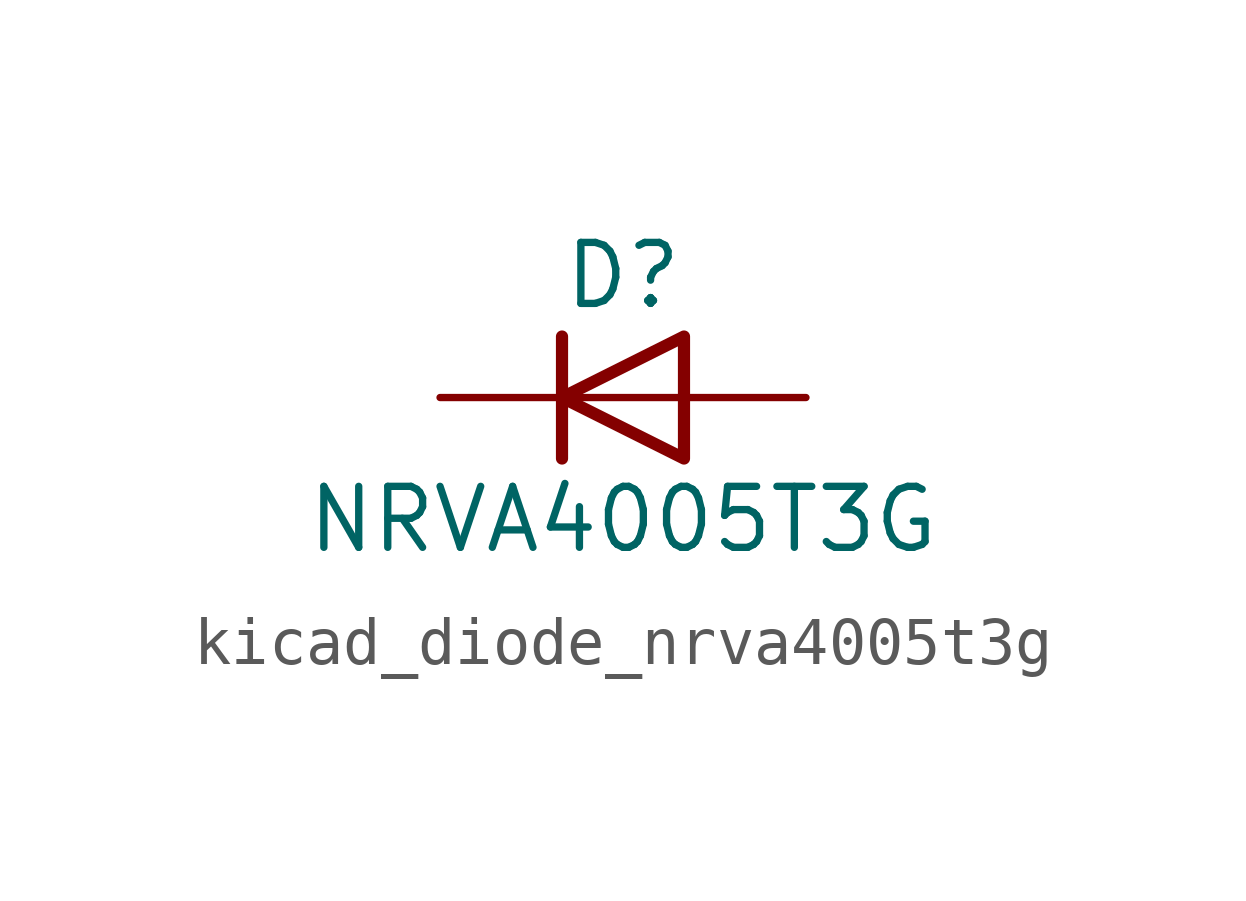
<source format=kicad_sym>
(kicad_symbol_lib
  (version 20220914)
  (generator kicad_symbol_editor)
  (symbol "kicad_diode_nrva4005t3g"
    (pin_numbers hide)
    (pin_names hide)
    (property "Reference" "D"
      (at 0 2.54 0)
      (effects (font (size 1.27 1.27))))
    (property "Value" "NRVA4005T3G"
      (at 0 -2.54 0)
      (effects (font (size 1.27 1.27))))
    (symbol "kicad_diode_nrva4005t3g_0_1"
      (polyline (pts (xy -1.27 1.27) (xy -1.27 -1.27)) (stroke (width 0.254) (type default)) (fill (type none)))
      (polyline (pts (xy 1.27 0) (xy -1.27 0)) (stroke (width 0) (type default)) (fill (type none)))
      (polyline (pts (xy 1.27 1.27) (xy 1.27 -1.27) (xy -1.27 0) (xy 1.27 1.27)) (stroke (width 0.254) (type default)) (fill (type none))))
    (symbol "kicad_diode_nrva4005t3g_1_1"
      (pin passive line (at -3.81 0 0) (length 2.54) (name "K" (effects (font (size 1.27 1.27)))) (number "1" (effects (font (size 1.27 1.27)))))
      (pin passive line (at 3.81 0 180) (length 2.54) (name "A" (effects (font (size 1.27 1.27)))) (number "2" (effects (font (size 1.27 1.27))))))))
</source>
